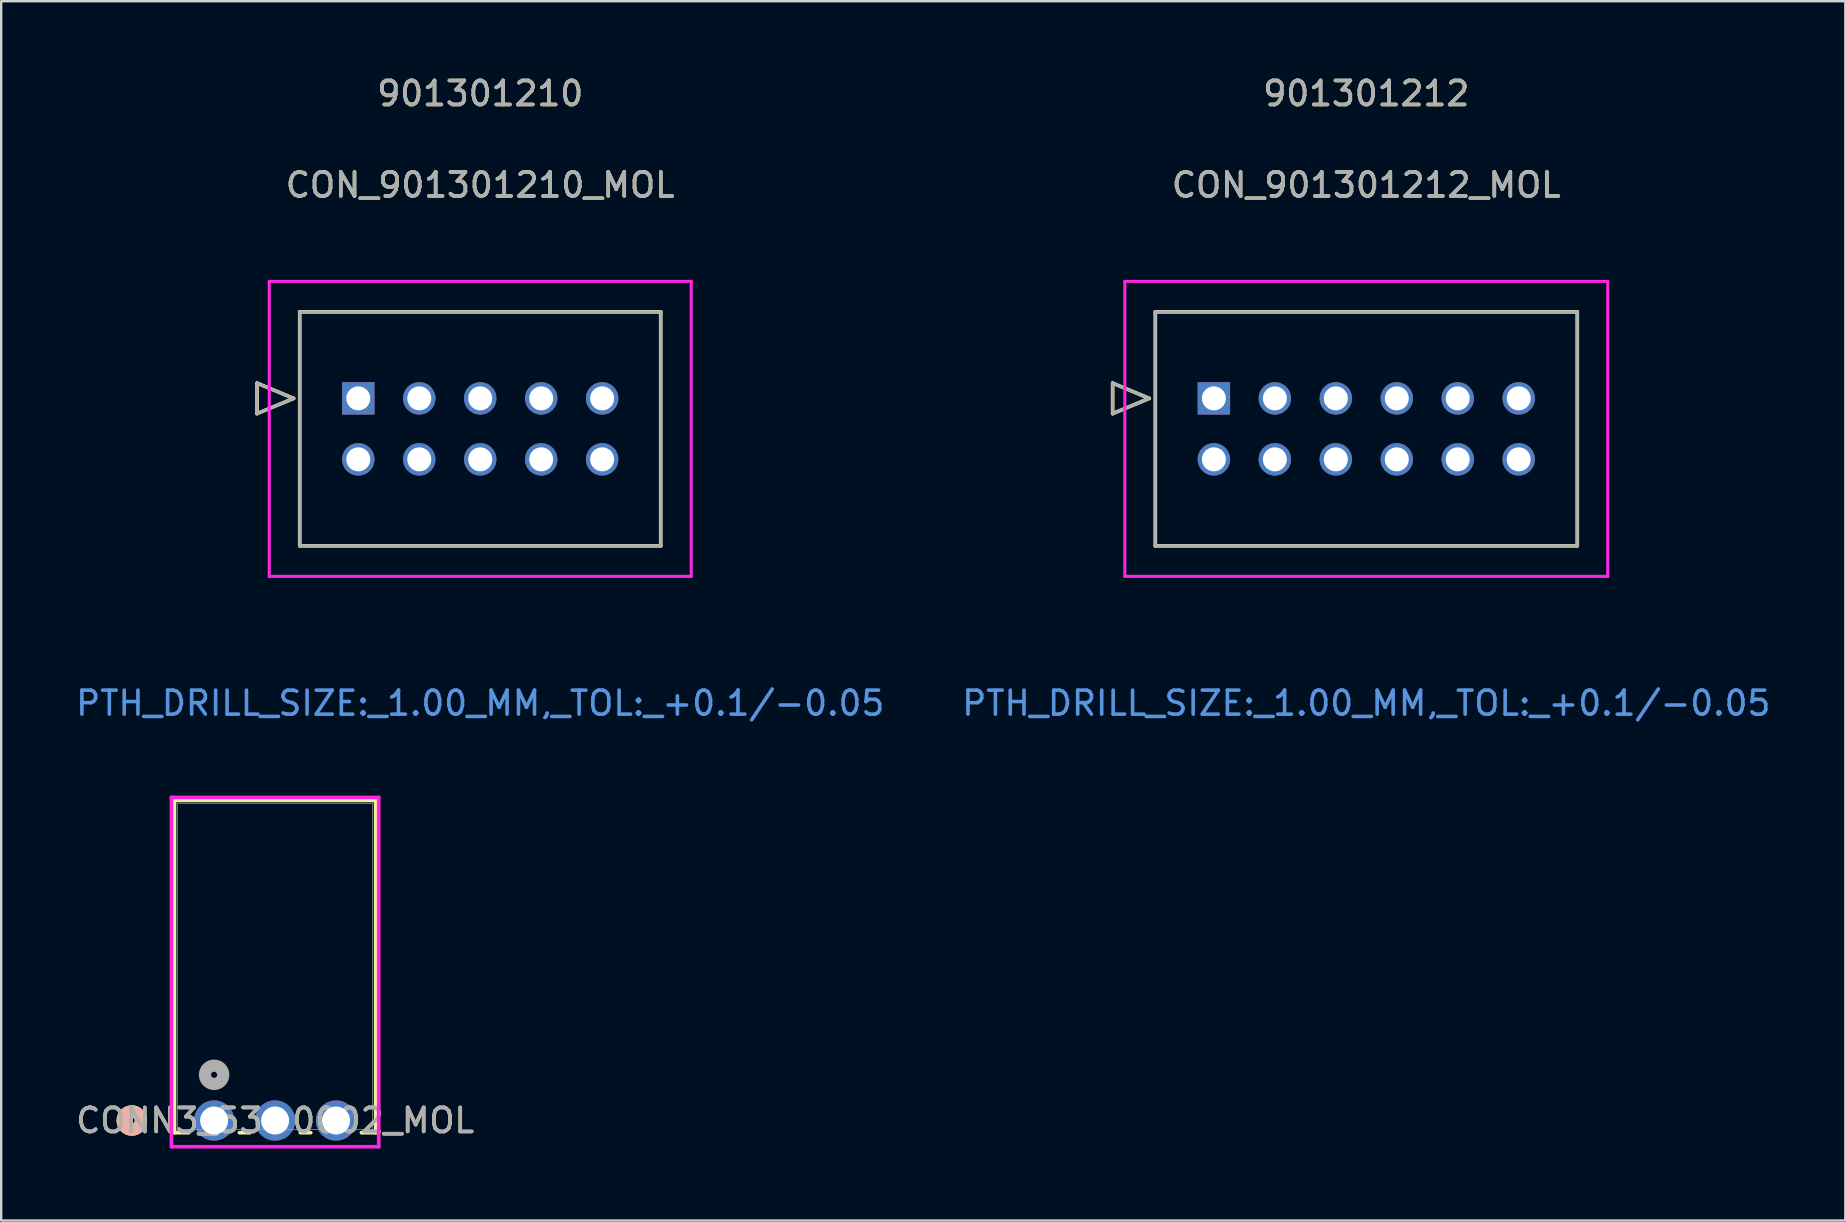
<source format=kicad_pcb>
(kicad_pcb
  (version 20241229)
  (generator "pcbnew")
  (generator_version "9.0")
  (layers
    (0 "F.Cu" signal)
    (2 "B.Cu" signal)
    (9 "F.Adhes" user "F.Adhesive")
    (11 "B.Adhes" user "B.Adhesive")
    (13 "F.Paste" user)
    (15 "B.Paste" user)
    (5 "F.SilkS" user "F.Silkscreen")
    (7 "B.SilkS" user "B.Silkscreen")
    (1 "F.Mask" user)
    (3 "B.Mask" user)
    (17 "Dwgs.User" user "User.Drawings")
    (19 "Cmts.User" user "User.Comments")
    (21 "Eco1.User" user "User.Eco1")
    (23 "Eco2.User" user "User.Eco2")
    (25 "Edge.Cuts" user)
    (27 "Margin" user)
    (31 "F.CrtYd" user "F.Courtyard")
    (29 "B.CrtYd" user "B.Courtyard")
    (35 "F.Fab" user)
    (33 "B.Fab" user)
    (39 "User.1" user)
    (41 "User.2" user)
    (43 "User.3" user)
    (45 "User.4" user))
  (footprint "CON_901301210_MOL"
    (layer "F.Cu")
    (at 11.878 13.548)
    (property "Reference" "CON_901301210_MOL" (at 5.08 -8.89 0) (unlocked yes) (layer "F.SilkS") (effects (font (size 1 1) (thickness 0.15))))
    (attr through_hole)
    (fp_line (start -4.218 -0.635) (end -4.218 0.635) (stroke (width 0.152) (type solid)) (layer "F.SilkS"))
    (fp_line (start -4.218 0.635) (end -2.694 0) (stroke (width 0.152) (type solid)) (layer "F.SilkS"))
    (fp_line (start -2.694 0) (end -4.218 -0.635) (stroke (width 0.152) (type solid)) (layer "F.SilkS"))
    (fp_line (start -2.44 -3.605) (end -2.44 6.145) (stroke (width 0.152) (type solid)) (layer "F.SilkS"))
    (fp_line (start -2.44 6.145) (end 12.6 6.145) (stroke (width 0.152) (type solid)) (layer "F.SilkS"))
    (fp_line (start 12.6 -3.605) (end -2.44 -3.605) (stroke (width 0.152) (type solid)) (layer "F.SilkS"))
    (fp_line (start 12.6 6.145) (end 12.6 -3.605) (stroke (width 0.152) (type solid)) (layer "F.SilkS"))
    (fp_line (start -3.71 -4.875) (end -3.71 7.415) (stroke (width 0.127) (type solid)) (layer "F.CrtYd"))
    (fp_line (start -3.71 7.415) (end 13.87 7.415) (stroke (width 0.127) (type solid)) (layer "F.CrtYd"))
    (fp_line (start 13.87 -4.875) (end -3.71 -4.875) (stroke (width 0.127) (type solid)) (layer "F.CrtYd"))
    (fp_line (start 13.87 7.415) (end 13.87 -4.875) (stroke (width 0.127) (type solid)) (layer "F.CrtYd"))
    (fp_line (start -4.218 -0.635) (end -4.218 0.635) (stroke (width 0.127) (type solid)) (layer "F.Fab"))
    (fp_line (start -4.218 0.635) (end -2.694 0) (stroke (width 0.127) (type solid)) (layer "F.Fab"))
    (fp_line (start -2.694 0) (end -4.218 -0.635) (stroke (width 0.127) (type solid)) (layer "F.Fab"))
    (fp_line (start -2.44 -3.605) (end -2.44 6.145) (stroke (width 0.127) (type solid)) (layer "F.Fab"))
    (fp_line (start -2.44 6.145) (end 12.6 6.145) (stroke (width 0.127) (type solid)) (layer "F.Fab"))
    (fp_line (start 12.6 -3.605) (end -2.44 -3.605) (stroke (width 0.127) (type solid)) (layer "F.Fab"))
    (fp_line (start 12.6 6.145) (end 12.6 -3.605) (stroke (width 0.127) (type solid)) (layer "F.Fab"))
    (fp_text user "901301210" (at 5.08 -12.7 0) (unlocked yes) (layer "F.SilkS") (effects (font (size 1 1) (thickness 0.15))))
    (fp_text user "PTH_DRILL_SIZE:_1.00_MM,_TOL:_+0.1/-0.05" (at 5.08 12.7 0) (unlocked yes) (layer "Cmts.User") (effects (font (size 1 1) (thickness 0.15))))
    (fp_text user "${REFERENCE}" (at 5.08 -8.89 0) (unlocked yes) (layer "F.Fab") (effects (font (size 1 1) (thickness 0.15))))
    (fp_text user "901301210" (at 5.08 -12.7 0) (unlocked yes) (layer "F.Fab") (effects (font (size 1 1) (thickness 0.15))))
    (pad "1" thru_hole rect (at 0 0) (size 1.35 1.35) (drill 1) (layers "*.Cu" "*.Mask"))
    (pad "2" thru_hole circle (at 0 2.54) (size 1.35 1.35) (drill 1) (layers "*.Cu" "*.Mask"))
    (pad "3" thru_hole circle (at 2.54 0 90) (size 1.35 1.35) (drill 1) (layers "*.Cu" "*.Mask"))
    (pad "4" thru_hole circle (at 2.54 2.54 90) (size 1.35 1.35) (drill 1) (layers "*.Cu" "*.Mask"))
    (pad "5" thru_hole circle (at 5.08 0 90) (size 1.35 1.35) (drill 1) (layers "*.Cu" "*.Mask"))
    (pad "6" thru_hole circle (at 5.08 2.54 90) (size 1.35 1.35) (drill 1) (layers "*.Cu" "*.Mask"))
    (pad "7" thru_hole circle (at 7.62 0 90) (size 1.35 1.35) (drill 1) (layers "*.Cu" "*.Mask"))
    (pad "8" thru_hole circle (at 7.62 2.54 90) (size 1.35 1.35) (drill 1) (layers "*.Cu" "*.Mask"))
    (pad "9" thru_hole circle (at 10.16 0 90) (size 1.35 1.35) (drill 1) (layers "*.Cu" "*.Mask"))
    (pad "10" thru_hole circle (at 10.16 2.54 90) (size 1.35 1.35) (drill 1) (layers "*.Cu" "*.Mask")))
  (footprint "CONN3_53-0002_MOL"
    (layer "F.Cu")
    (at 5.871 43.635)
    (property "Reference" "CONN3_53-0002_MOL" (at 2.54 0 0) (unlocked yes) (layer "F.SilkS") (effects (font (size 1 1) (thickness 0.15))))
    (attr through_hole)
    (fp_line (start -1.651 -13.335) (end -1.651 0.508) (stroke (width 0.152) (type solid)) (layer "F.SilkS"))
    (fp_line (start -1.651 0.508) (end -1.055 0.508) (stroke (width 0.152) (type solid)) (layer "F.SilkS"))
    (fp_line (start 1.055 0.508) (end 1.485 0.508) (stroke (width 0.152) (type solid)) (layer "F.SilkS"))
    (fp_line (start 3.595 0.508) (end 4.025 0.508) (stroke (width 0.152) (type solid)) (layer "F.SilkS"))
    (fp_line (start 6.135 0.508) (end 6.731 0.508) (stroke (width 0.152) (type solid)) (layer "F.SilkS"))
    (fp_line (start 6.731 -13.335) (end -1.651 -13.335) (stroke (width 0.152) (type solid)) (layer "F.SilkS"))
    (fp_line (start 6.731 0.508) (end 6.731 -13.335) (stroke (width 0.152) (type solid)) (layer "F.SilkS"))
    (fp_circle (center -3.429 0) (end -3.048 0) (stroke (width 0.508) (type solid)) (fill no) (layer "F.SilkS"))
    (fp_circle (center -3.429 0) (end -3.048 0) (stroke (width 0.508) (type solid)) (fill no) (layer "B.SilkS"))
    (fp_line (start -1.778 -13.462) (end -1.778 1.092) (stroke (width 0.152) (type solid)) (layer "F.CrtYd"))
    (fp_line (start -1.778 1.092) (end 6.858 1.092) (stroke (width 0.152) (type solid)) (layer "F.CrtYd"))
    (fp_line (start 6.858 -13.462) (end -1.778 -13.462) (stroke (width 0.152) (type solid)) (layer "F.CrtYd"))
    (fp_line (start 6.858 1.092) (end 6.858 -13.462) (stroke (width 0.152) (type solid)) (layer "F.CrtYd"))
    (fp_line (start -1.524 -13.208) (end -1.524 0.381) (stroke (width 0.025) (type solid)) (layer "F.Fab"))
    (fp_line (start -1.524 0.381) (end 6.604 0.381) (stroke (width 0.025) (type solid)) (layer "F.Fab"))
    (fp_line (start 6.604 -13.208) (end -1.524 -13.208) (stroke (width 0.025) (type solid)) (layer "F.Fab"))
    (fp_line (start 6.604 0.381) (end 6.604 -13.208) (stroke (width 0.025) (type solid)) (layer "F.Fab"))
    (fp_circle (center 0 -1.905) (end 0.381 -1.905) (stroke (width 0.508) (type solid)) (fill no) (layer "F.Fab"))
    (fp_text user "${REFERENCE}" (at 2.54 0 0) (unlocked yes) (layer "F.Fab") (effects (font (size 1 1) (thickness 0.15))))
    (pad "1" thru_hole circle (at 0 0) (size 1.676 1.676) (drill 1.168) (layers "*.Cu" "*.Mask"))
    (pad "2" thru_hole circle (at 2.54 0) (size 1.676 1.676) (drill 1.168) (layers "*.Cu" "*.Mask"))
    (pad "3" thru_hole circle (at 5.08 0) (size 1.676 1.676) (drill 1.168) (layers "*.Cu" "*.Mask")))
  (footprint "CON_901301212_MOL"
    (layer "F.Cu")
    (at 47.525 13.548)
    (property "Reference" "CON_901301212_MOL" (at 6.35 -8.89 0) (unlocked yes) (layer "F.SilkS") (effects (font (size 1 1) (thickness 0.15))))
    (attr through_hole)
    (fp_line (start -4.218 -0.635) (end -4.218 0.635) (stroke (width 0.152) (type solid)) (layer "F.SilkS"))
    (fp_line (start -4.218 0.635) (end -2.694 0) (stroke (width 0.152) (type solid)) (layer "F.SilkS"))
    (fp_line (start -2.694 0) (end -4.218 -0.635) (stroke (width 0.152) (type solid)) (layer "F.SilkS"))
    (fp_line (start -2.44 -3.605) (end -2.44 6.145) (stroke (width 0.152) (type solid)) (layer "F.SilkS"))
    (fp_line (start -2.44 6.145) (end 15.14 6.145) (stroke (width 0.152) (type solid)) (layer "F.SilkS"))
    (fp_line (start 15.14 -3.605) (end -2.44 -3.605) (stroke (width 0.152) (type solid)) (layer "F.SilkS"))
    (fp_line (start 15.14 6.145) (end 15.14 -3.605) (stroke (width 0.152) (type solid)) (layer "F.SilkS"))
    (fp_line (start -3.71 -4.875) (end -3.71 7.415) (stroke (width 0.127) (type solid)) (layer "F.CrtYd"))
    (fp_line (start -3.71 7.415) (end 16.41 7.415) (stroke (width 0.127) (type solid)) (layer "F.CrtYd"))
    (fp_line (start 16.41 -4.875) (end -3.71 -4.875) (stroke (width 0.127) (type solid)) (layer "F.CrtYd"))
    (fp_line (start 16.41 7.415) (end 16.41 -4.875) (stroke (width 0.127) (type solid)) (layer "F.CrtYd"))
    (fp_line (start -4.218 -0.635) (end -4.218 0.635) (stroke (width 0.127) (type solid)) (layer "F.Fab"))
    (fp_line (start -4.218 0.635) (end -2.694 0) (stroke (width 0.127) (type solid)) (layer "F.Fab"))
    (fp_line (start -2.694 0) (end -4.218 -0.635) (stroke (width 0.127) (type solid)) (layer "F.Fab"))
    (fp_line (start -2.44 -3.605) (end -2.44 6.145) (stroke (width 0.127) (type solid)) (layer "F.Fab"))
    (fp_line (start -2.44 6.145) (end 15.14 6.145) (stroke (width 0.127) (type solid)) (layer "F.Fab"))
    (fp_line (start 15.14 -3.605) (end -2.44 -3.605) (stroke (width 0.127) (type solid)) (layer "F.Fab"))
    (fp_line (start 15.14 6.145) (end 15.14 -3.605) (stroke (width 0.127) (type solid)) (layer "F.Fab"))
    (fp_text user "901301212" (at 6.35 -12.7 0) (unlocked yes) (layer "F.SilkS") (effects (font (size 1 1) (thickness 0.15))))
    (fp_text user "PTH_DRILL_SIZE:_1.00_MM,_TOL:_+0.1/-0.05" (at 6.35 12.7 0) (unlocked yes) (layer "Cmts.User") (effects (font (size 1 1) (thickness 0.15))))
    (fp_text user "${REFERENCE}" (at 6.35 -8.89 0) (unlocked yes) (layer "F.Fab") (effects (font (size 1 1) (thickness 0.15))))
    (fp_text user "901301212" (at 6.35 -12.7 0) (unlocked yes) (layer "F.Fab") (effects (font (size 1 1) (thickness 0.15))))
    (pad "1" thru_hole rect (at 0 0) (size 1.35 1.35) (drill 1) (layers "*.Cu" "*.Mask"))
    (pad "2" thru_hole circle (at 0 2.54) (size 1.35 1.35) (drill 1) (layers "*.Cu" "*.Mask"))
    (pad "3" thru_hole circle (at 2.54 0 90) (size 1.35 1.35) (drill 1) (layers "*.Cu" "*.Mask"))
    (pad "4" thru_hole circle (at 2.54 2.54 90) (size 1.35 1.35) (drill 1) (layers "*.Cu" "*.Mask"))
    (pad "5" thru_hole circle (at 5.08 0 90) (size 1.35 1.35) (drill 1) (layers "*.Cu" "*.Mask"))
    (pad "6" thru_hole circle (at 5.08 2.54 90) (size 1.35 1.35) (drill 1) (layers "*.Cu" "*.Mask"))
    (pad "7" thru_hole circle (at 7.62 0 90) (size 1.35 1.35) (drill 1) (layers "*.Cu" "*.Mask"))
    (pad "8" thru_hole circle (at 7.62 2.54 90) (size 1.35 1.35) (drill 1) (layers "*.Cu" "*.Mask"))
    (pad "9" thru_hole circle (at 10.16 0 90) (size 1.35 1.35) (drill 1) (layers "*.Cu" "*.Mask"))
    (pad "10" thru_hole circle (at 10.16 2.54 90) (size 1.35 1.35) (drill 1) (layers "*.Cu" "*.Mask"))
    (pad "11" thru_hole circle (at 12.7 0 90) (size 1.35 1.35) (drill 1) (layers "*.Cu" "*.Mask"))
    (pad "12" thru_hole circle (at 12.7 2.54 90) (size 1.35 1.35) (drill 1) (layers "*.Cu" "*.Mask")))
  (gr_rect
    (start -3 -3)
    (end 73.833 47.803)
    (stroke (width 0.1) (type default))
    (fill no)
    (layer "Edge.Cuts")))
</source>
